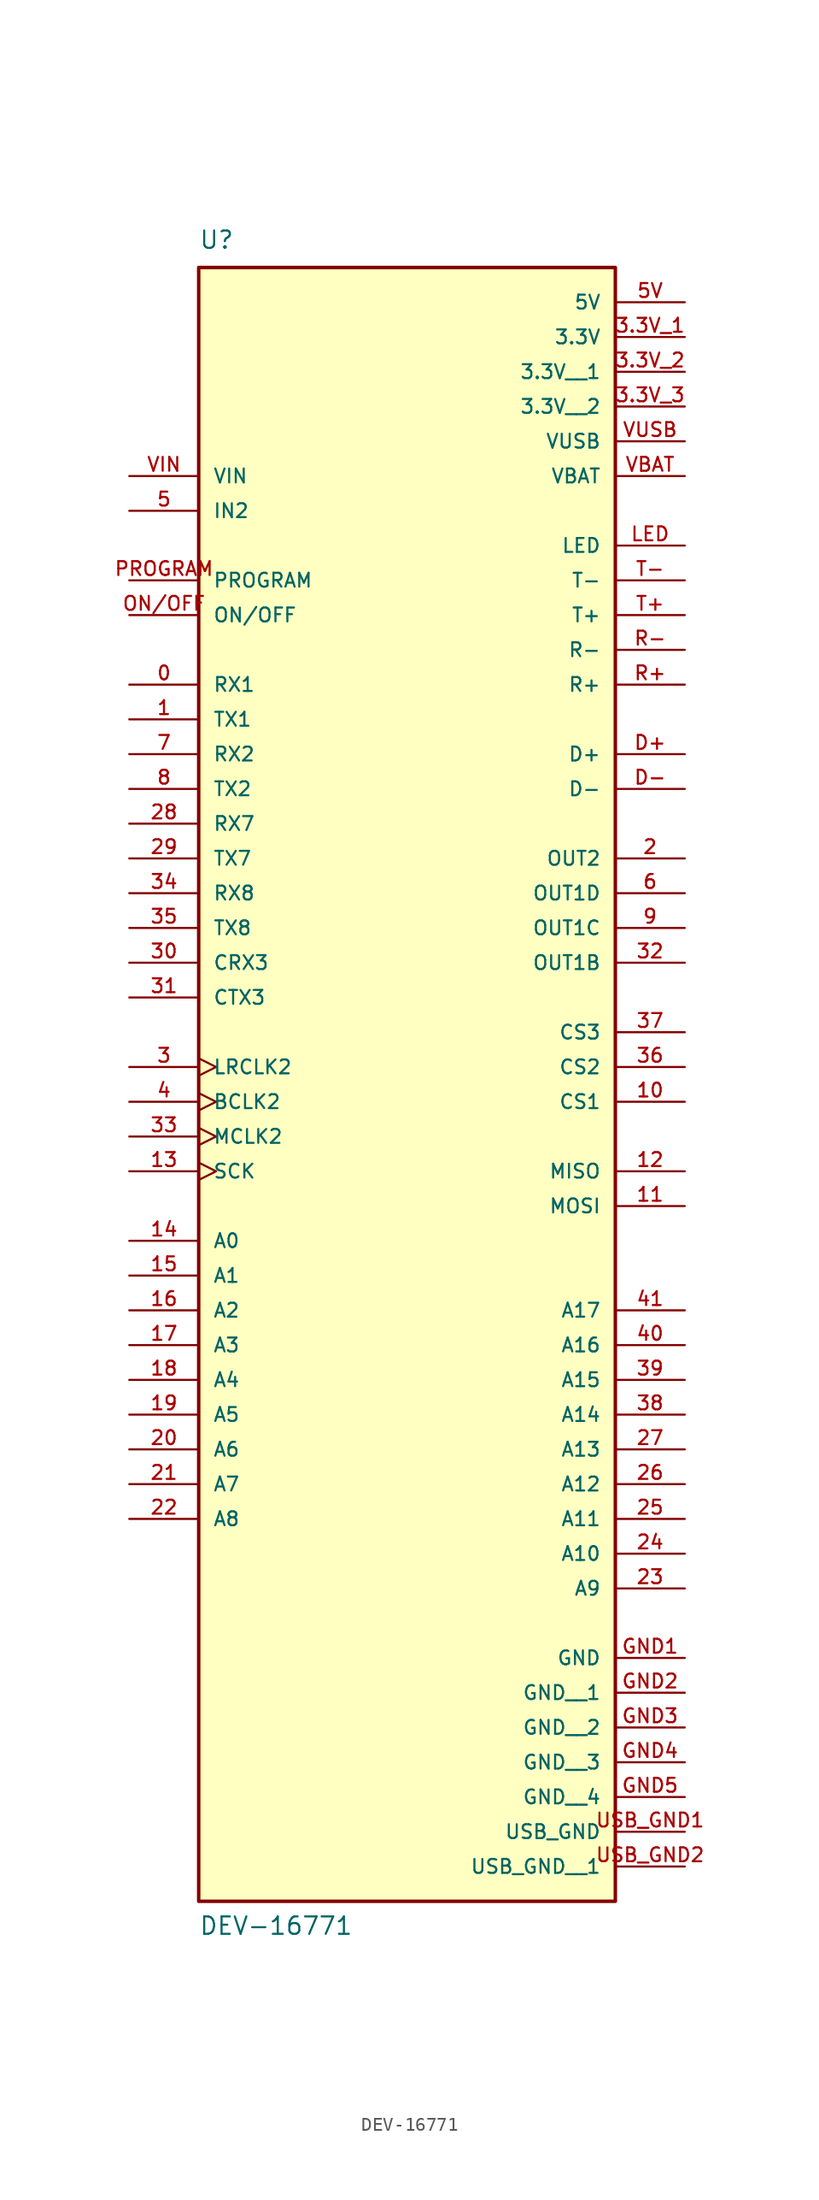
<source format=kicad_sym>
(kicad_symbol_lib
  (version 20241209)
  (generator "kicad_symbol_editor")
  (generator_version "9.0")
  (symbol "DEV-16771"
    (pin_names
      (offset 1.016))
    (property "Reference" "U"
      (at -15.24 52.07 0)
      (effects (font (size 1.27 1.27)) (justify left bottom)))
    (property "Value" "DEV-16771"
      (at -15.24 -71.12 0)
      (effects (font (size 1.27 1.27)) (justify left bottom)))
    (symbol "DEV-16771_0_0"
      (rectangle (start -15.24 -68.58) (end 15.24 50.8) (stroke (width 0.254) (type default)) (fill (type background)))
      (pin input line (at -20.32 35.56 0) (length 5.08) (name "VIN" (effects (font (size 1.016 1.016)))) (number "VIN" (effects (font (size 1.016 1.016)))))
      (pin bidirectional line (at -20.32 33.02 0) (length 5.08) (name "IN2" (effects (font (size 1.016 1.016)))) (number "5" (effects (font (size 1.016 1.016)))))
      (pin bidirectional line (at -20.32 27.94 0) (length 5.08) (name "PROGRAM" (effects (font (size 1.016 1.016)))) (number "PROGRAM" (effects (font (size 1.016 1.016)))))
      (pin bidirectional line (at -20.32 25.4 0) (length 5.08) (name "ON/OFF" (effects (font (size 1.016 1.016)))) (number "ON/OFF" (effects (font (size 1.016 1.016)))))
      (pin bidirectional line (at -20.32 20.32 0) (length 5.08) (name "RX1" (effects (font (size 1.016 1.016)))) (number "0" (effects (font (size 1.016 1.016)))))
      (pin bidirectional line (at -20.32 17.78 0) (length 5.08) (name "TX1" (effects (font (size 1.016 1.016)))) (number "1" (effects (font (size 1.016 1.016)))))
      (pin bidirectional line (at -20.32 15.24 0) (length 5.08) (name "RX2" (effects (font (size 1.016 1.016)))) (number "7" (effects (font (size 1.016 1.016)))))
      (pin bidirectional line (at -20.32 12.7 0) (length 5.08) (name "TX2" (effects (font (size 1.016 1.016)))) (number "8" (effects (font (size 1.016 1.016)))))
      (pin bidirectional line (at -20.32 10.16 0) (length 5.08) (name "RX7" (effects (font (size 1.016 1.016)))) (number "28" (effects (font (size 1.016 1.016)))))
      (pin bidirectional line (at -20.32 7.62 0) (length 5.08) (name "TX7" (effects (font (size 1.016 1.016)))) (number "29" (effects (font (size 1.016 1.016)))))
      (pin bidirectional line (at -20.32 5.08 0) (length 5.08) (name "RX8" (effects (font (size 1.016 1.016)))) (number "34" (effects (font (size 1.016 1.016)))))
      (pin bidirectional line (at -20.32 2.54 0) (length 5.08) (name "TX8" (effects (font (size 1.016 1.016)))) (number "35" (effects (font (size 1.016 1.016)))))
      (pin bidirectional line (at -20.32 0 0) (length 5.08) (name "CRX3" (effects (font (size 1.016 1.016)))) (number "30" (effects (font (size 1.016 1.016)))))
      (pin bidirectional line (at -20.32 -2.54 0) (length 5.08) (name "CTX3" (effects (font (size 1.016 1.016)))) (number "31" (effects (font (size 1.016 1.016)))))
      (pin bidirectional clock (at -20.32 -7.62 0) (length 5.08) (name "LRCLK2" (effects (font (size 1.016 1.016)))) (number "3" (effects (font (size 1.016 1.016)))))
      (pin bidirectional clock (at -20.32 -10.16 0) (length 5.08) (name "BCLK2" (effects (font (size 1.016 1.016)))) (number "4" (effects (font (size 1.016 1.016)))))
      (pin bidirectional clock (at -20.32 -12.7 0) (length 5.08) (name "MCLK2" (effects (font (size 1.016 1.016)))) (number "33" (effects (font (size 1.016 1.016)))))
      (pin bidirectional clock (at -20.32 -15.24 0) (length 5.08) (name "SCK" (effects (font (size 1.016 1.016)))) (number "13" (effects (font (size 1.016 1.016)))))
      (pin bidirectional line (at -20.32 -20.32 0) (length 5.08) (name "A0" (effects (font (size 1.016 1.016)))) (number "14" (effects (font (size 1.016 1.016)))))
      (pin bidirectional line (at -20.32 -22.86 0) (length 5.08) (name "A1" (effects (font (size 1.016 1.016)))) (number "15" (effects (font (size 1.016 1.016)))))
      (pin bidirectional line (at -20.32 -25.4 0) (length 5.08) (name "A2" (effects (font (size 1.016 1.016)))) (number "16" (effects (font (size 1.016 1.016)))))
      (pin bidirectional line (at -20.32 -27.94 0) (length 5.08) (name "A3" (effects (font (size 1.016 1.016)))) (number "17" (effects (font (size 1.016 1.016)))))
      (pin bidirectional line (at -20.32 -30.48 0) (length 5.08) (name "A4" (effects (font (size 1.016 1.016)))) (number "18" (effects (font (size 1.016 1.016)))))
      (pin bidirectional line (at -20.32 -33.02 0) (length 5.08) (name "A5" (effects (font (size 1.016 1.016)))) (number "19" (effects (font (size 1.016 1.016)))))
      (pin bidirectional line (at -20.32 -35.56 0) (length 5.08) (name "A6" (effects (font (size 1.016 1.016)))) (number "20" (effects (font (size 1.016 1.016)))))
      (pin bidirectional line (at -20.32 -38.1 0) (length 5.08) (name "A7" (effects (font (size 1.016 1.016)))) (number "21" (effects (font (size 1.016 1.016)))))
      (pin bidirectional line (at -20.32 -40.64 0) (length 5.08) (name "A8" (effects (font (size 1.016 1.016)))) (number "22" (effects (font (size 1.016 1.016)))))
      (pin power_in line (at 20.32 48.26 180) (length 5.08) (name "5V" (effects (font (size 1.016 1.016)))) (number "5V" (effects (font (size 1.016 1.016)))))
      (pin power_in line (at 20.32 45.72 180) (length 5.08) (name "3.3V" (effects (font (size 1.016 1.016)))) (number "3.3V_1" (effects (font (size 1.016 1.016)))))
      (pin power_in line (at 20.32 43.18 180) (length 5.08) (name "3.3V__1" (effects (font (size 1.016 1.016)))) (number "3.3V_2" (effects (font (size 1.016 1.016)))))
      (pin power_in line (at 20.32 40.64 180) (length 5.08) (name "3.3V__2" (effects (font (size 1.016 1.016)))) (number "3.3V_3" (effects (font (size 1.016 1.016)))))
      (pin passive line (at 20.32 38.1 180) (length 5.08) (name "VUSB" (effects (font (size 1.016 1.016)))) (number "VUSB" (effects (font (size 1.016 1.016)))))
      (pin passive line (at 20.32 35.56 180) (length 5.08) (name "VBAT" (effects (font (size 1.016 1.016)))) (number "VBAT" (effects (font (size 1.016 1.016)))))
      (pin bidirectional line (at 20.32 30.48 180) (length 5.08) (name "LED" (effects (font (size 1.016 1.016)))) (number "LED" (effects (font (size 1.016 1.016)))))
      (pin bidirectional line (at 20.32 27.94 180) (length 5.08) (name "T-" (effects (font (size 1.016 1.016)))) (number "T-" (effects (font (size 1.016 1.016)))))
      (pin bidirectional line (at 20.32 25.4 180) (length 5.08) (name "T+" (effects (font (size 1.016 1.016)))) (number "T+" (effects (font (size 1.016 1.016)))))
      (pin bidirectional line (at 20.32 22.86 180) (length 5.08) (name "R-" (effects (font (size 1.016 1.016)))) (number "R-" (effects (font (size 1.016 1.016)))))
      (pin bidirectional line (at 20.32 20.32 180) (length 5.08) (name "R+" (effects (font (size 1.016 1.016)))) (number "R+" (effects (font (size 1.016 1.016)))))
      (pin bidirectional line (at 20.32 15.24 180) (length 5.08) (name "D+" (effects (font (size 1.016 1.016)))) (number "D+" (effects (font (size 1.016 1.016)))))
      (pin bidirectional line (at 20.32 12.7 180) (length 5.08) (name "D-" (effects (font (size 1.016 1.016)))) (number "D-" (effects (font (size 1.016 1.016)))))
      (pin output line (at 20.32 7.62 180) (length 5.08) (name "OUT2" (effects (font (size 1.016 1.016)))) (number "2" (effects (font (size 1.016 1.016)))))
      (pin output line (at 20.32 5.08 180) (length 5.08) (name "OUT1D" (effects (font (size 1.016 1.016)))) (number "6" (effects (font (size 1.016 1.016)))))
      (pin output line (at 20.32 2.54 180) (length 5.08) (name "OUT1C" (effects (font (size 1.016 1.016)))) (number "9" (effects (font (size 1.016 1.016)))))
      (pin output line (at 20.32 0 180) (length 5.08) (name "OUT1B" (effects (font (size 1.016 1.016)))) (number "32" (effects (font (size 1.016 1.016)))))
      (pin bidirectional line (at 20.32 -5.08 180) (length 5.08) (name "CS3" (effects (font (size 1.016 1.016)))) (number "37" (effects (font (size 1.016 1.016)))))
      (pin bidirectional line (at 20.32 -7.62 180) (length 5.08) (name "CS2" (effects (font (size 1.016 1.016)))) (number "36" (effects (font (size 1.016 1.016)))))
      (pin bidirectional line (at 20.32 -10.16 180) (length 5.08) (name "CS1" (effects (font (size 1.016 1.016)))) (number "10" (effects (font (size 1.016 1.016)))))
      (pin bidirectional line (at 20.32 -15.24 180) (length 5.08) (name "MISO" (effects (font (size 1.016 1.016)))) (number "12" (effects (font (size 1.016 1.016)))))
      (pin bidirectional line (at 20.32 -17.78 180) (length 5.08) (name "MOSI" (effects (font (size 1.016 1.016)))) (number "11" (effects (font (size 1.016 1.016)))))
      (pin bidirectional line (at 20.32 -25.4 180) (length 5.08) (name "A17" (effects (font (size 1.016 1.016)))) (number "41" (effects (font (size 1.016 1.016)))))
      (pin bidirectional line (at 20.32 -27.94 180) (length 5.08) (name "A16" (effects (font (size 1.016 1.016)))) (number "40" (effects (font (size 1.016 1.016)))))
      (pin bidirectional line (at 20.32 -30.48 180) (length 5.08) (name "A15" (effects (font (size 1.016 1.016)))) (number "39" (effects (font (size 1.016 1.016)))))
      (pin bidirectional line (at 20.32 -33.02 180) (length 5.08) (name "A14" (effects (font (size 1.016 1.016)))) (number "38" (effects (font (size 1.016 1.016)))))
      (pin bidirectional line (at 20.32 -35.56 180) (length 5.08) (name "A13" (effects (font (size 1.016 1.016)))) (number "27" (effects (font (size 1.016 1.016)))))
      (pin bidirectional line (at 20.32 -38.1 180) (length 5.08) (name "A12" (effects (font (size 1.016 1.016)))) (number "26" (effects (font (size 1.016 1.016)))))
      (pin bidirectional line (at 20.32 -40.64 180) (length 5.08) (name "A11" (effects (font (size 1.016 1.016)))) (number "25" (effects (font (size 1.016 1.016)))))
      (pin bidirectional line (at 20.32 -43.18 180) (length 5.08) (name "A10" (effects (font (size 1.016 1.016)))) (number "24" (effects (font (size 1.016 1.016)))))
      (pin bidirectional line (at 20.32 -45.72 180) (length 5.08) (name "A9" (effects (font (size 1.016 1.016)))) (number "23" (effects (font (size 1.016 1.016)))))
      (pin power_in line (at 20.32 -50.8 180) (length 5.08) (name "GND" (effects (font (size 1.016 1.016)))) (number "GND1" (effects (font (size 1.016 1.016)))))
      (pin power_in line (at 20.32 -53.34 180) (length 5.08) (name "GND__1" (effects (font (size 1.016 1.016)))) (number "GND2" (effects (font (size 1.016 1.016)))))
      (pin power_in line (at 20.32 -55.88 180) (length 5.08) (name "GND__2" (effects (font (size 1.016 1.016)))) (number "GND3" (effects (font (size 1.016 1.016)))))
      (pin power_in line (at 20.32 -58.42 180) (length 5.08) (name "GND__3" (effects (font (size 1.016 1.016)))) (number "GND4" (effects (font (size 1.016 1.016)))))
      (pin power_in line (at 20.32 -60.96 180) (length 5.08) (name "GND__4" (effects (font (size 1.016 1.016)))) (number "GND5" (effects (font (size 1.016 1.016)))))
      (pin power_in line (at 20.32 -63.5 180) (length 5.08) (name "USB_GND" (effects (font (size 1.016 1.016)))) (number "USB_GND1" (effects (font (size 1.016 1.016)))))
      (pin power_in line (at 20.32 -66.04 180) (length 5.08) (name "USB_GND__1" (effects (font (size 1.016 1.016)))) (number "USB_GND2" (effects (font (size 1.016 1.016))))))))
</source>
